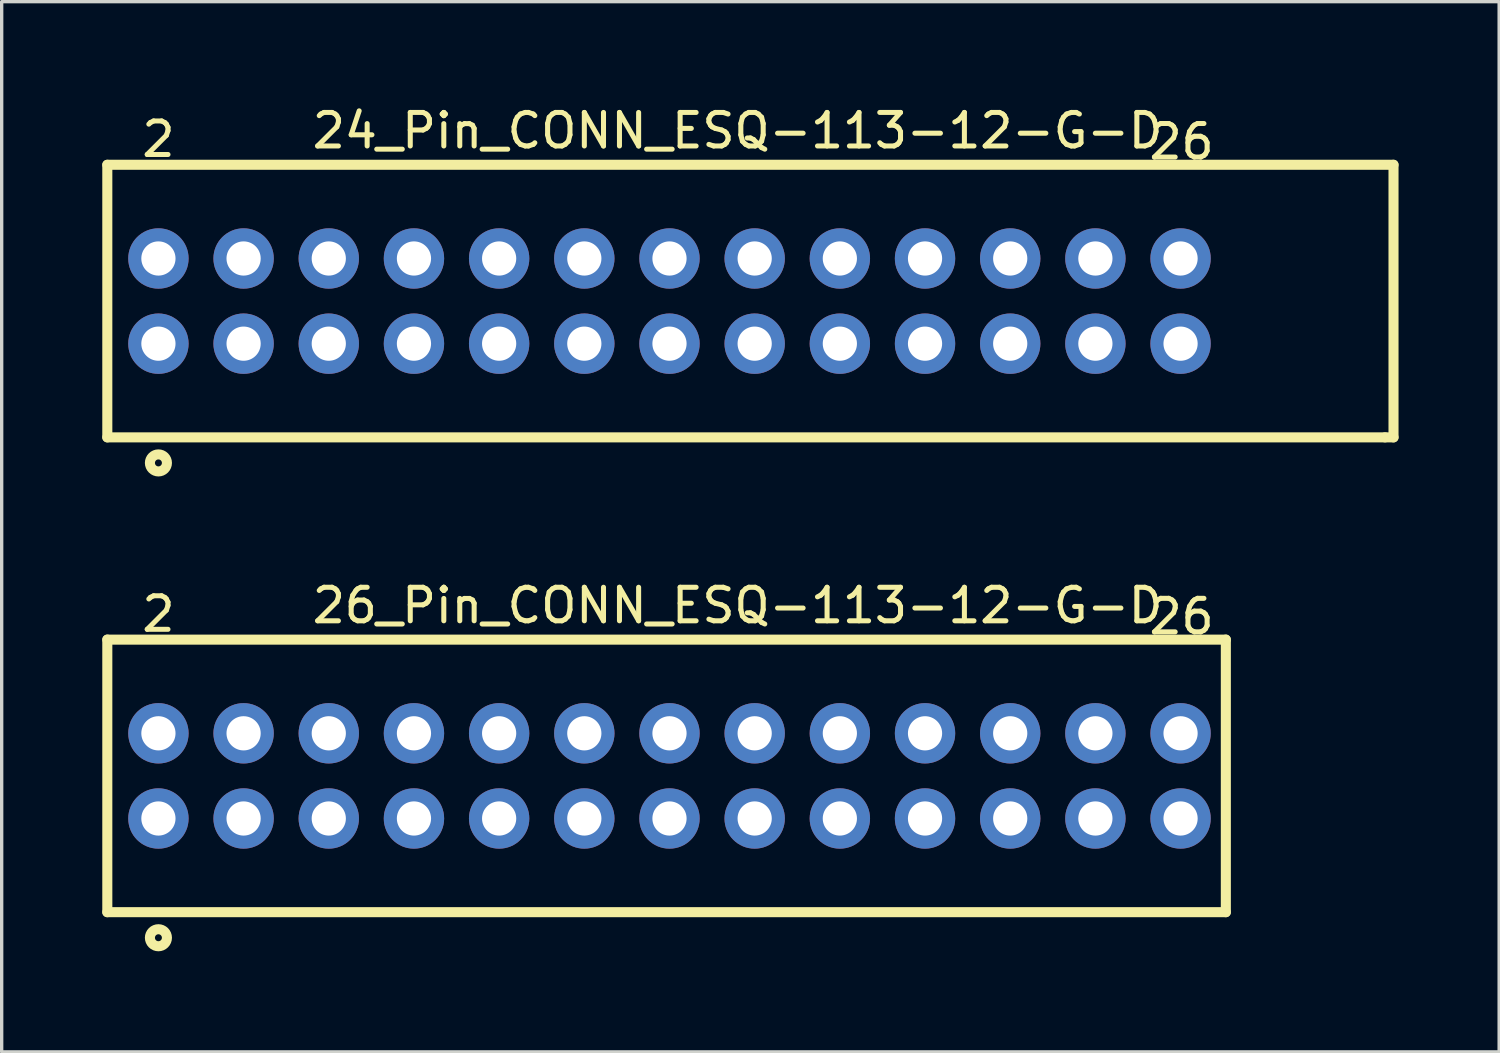
<source format=kicad_pcb>
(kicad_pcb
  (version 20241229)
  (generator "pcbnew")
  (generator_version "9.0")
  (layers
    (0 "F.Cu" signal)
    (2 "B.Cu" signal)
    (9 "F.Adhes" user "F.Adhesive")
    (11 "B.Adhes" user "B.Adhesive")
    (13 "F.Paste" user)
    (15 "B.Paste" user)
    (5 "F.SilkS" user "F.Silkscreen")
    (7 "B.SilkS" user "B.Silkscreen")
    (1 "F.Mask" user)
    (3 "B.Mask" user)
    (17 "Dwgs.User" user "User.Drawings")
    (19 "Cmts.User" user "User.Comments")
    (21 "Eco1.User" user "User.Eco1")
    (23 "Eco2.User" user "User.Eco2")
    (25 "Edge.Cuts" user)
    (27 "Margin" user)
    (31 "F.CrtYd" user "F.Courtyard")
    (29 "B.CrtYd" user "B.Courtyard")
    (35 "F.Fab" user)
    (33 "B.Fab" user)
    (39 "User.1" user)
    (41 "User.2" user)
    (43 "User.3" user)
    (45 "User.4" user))
  (footprint "24_Pin_CONN_ESQ-113-12-G-D"
    (layer "F.Cu")
    (at 18.184 5.928)
    (property "Reference" "24_Pin_CONN_ESQ-113-12-G-D" (at 0.762 -5.08 0) (layer "F.SilkS") (effects (font (size 1 1) (thickness 0.15))))
    (attr through_hole)
    (fp_line (start -18.034 -4.064) (end -18.034 4.064) (stroke (width 0.3) (type solid)) (layer "F.SilkS"))
    (fp_line (start -18.034 4.064) (end 20.066 4.064) (stroke (width 0.3) (type solid)) (layer "F.SilkS"))
    (fp_line (start 20.066 4.064) (end 20.32 4.064) (stroke (width 0.3) (type solid)) (layer "F.SilkS"))
    (fp_line (start 20.32 -4.064) (end -18.034 -4.064) (stroke (width 0.3) (type solid)) (layer "F.SilkS"))
    (fp_line (start 20.32 4.064) (end 20.32 -4.064) (stroke (width 0.3) (type solid)) (layer "F.SilkS"))
    (fp_circle (center -16.51 4.826) (end -16.51 5.08) (stroke (width 0.3) (type solid)) (fill no) (layer "F.SilkS"))
    (fp_text user "2" (at -16.51 -4.826 0) (layer "F.SilkS") (effects (font (size 1 1) (thickness 0.15))))
    (fp_text user "26" (at 14 -4.75 0) (layer "F.SilkS") (effects (font (size 1 1) (thickness 0.15))))
    (pad "1" thru_hole circle (at -16.51 1.27) (size 1.8 1.8) (drill 1.02) (layers "*.Cu" "*.Mask"))
    (pad "2" thru_hole circle (at -16.51 -1.27) (size 1.8 1.8) (drill 1.02) (layers "*.Cu" "*.Mask"))
    (pad "3" thru_hole circle (at -13.97 1.27) (size 1.8 1.8) (drill 1.02) (layers "*.Cu" "*.Mask"))
    (pad "4" thru_hole circle (at -13.97 -1.27) (size 1.8 1.8) (drill 1.02) (layers "*.Cu" "*.Mask"))
    (pad "5" thru_hole circle (at -11.43 1.27) (size 1.8 1.8) (drill 1.02) (layers "*.Cu" "*.Mask"))
    (pad "6" thru_hole circle (at -11.43 -1.27) (size 1.8 1.8) (drill 1.02) (layers "*.Cu" "*.Mask"))
    (pad "7" thru_hole circle (at -8.89 1.27) (size 1.8 1.8) (drill 1.02) (layers "*.Cu" "*.Mask"))
    (pad "8" thru_hole circle (at -8.89 -1.27) (size 1.8 1.8) (drill 1.02) (layers "*.Cu" "*.Mask"))
    (pad "9" thru_hole circle (at -6.35 1.27) (size 1.8 1.8) (drill 1.02) (layers "*.Cu" "*.Mask"))
    (pad "10" thru_hole circle (at -6.35 -1.27) (size 1.8 1.8) (drill 1.02) (layers "*.Cu" "*.Mask"))
    (pad "11" thru_hole circle (at -3.81 1.27) (size 1.8 1.8) (drill 1.02) (layers "*.Cu" "*.Mask"))
    (pad "12" thru_hole circle (at -3.81 -1.27) (size 1.8 1.8) (drill 1.02) (layers "*.Cu" "*.Mask"))
    (pad "13" thru_hole circle (at -1.27 1.27) (size 1.8 1.8) (drill 1.02) (layers "*.Cu" "*.Mask"))
    (pad "14" thru_hole circle (at -1.27 -1.27) (size 1.8 1.8) (drill 1.02) (layers "*.Cu" "*.Mask"))
    (pad "15" thru_hole circle (at 1.27 1.27) (size 1.8 1.8) (drill 1.02) (layers "*.Cu" "*.Mask"))
    (pad "16" thru_hole circle (at 1.27 -1.27) (size 1.8 1.8) (drill 1.02) (layers "*.Cu" "*.Mask"))
    (pad "17" thru_hole circle (at 3.81 1.27) (size 1.8 1.8) (drill 1.02) (layers "*.Cu" "*.Mask"))
    (pad "18" thru_hole circle (at 3.81 -1.27) (size 1.8 1.8) (drill 1.02) (layers "*.Cu" "*.Mask"))
    (pad "19" thru_hole circle (at 6.35 1.27) (size 1.8 1.8) (drill 1.02) (layers "*.Cu" "*.Mask"))
    (pad "20" thru_hole circle (at 6.35 -1.27) (size 1.8 1.8) (drill 1.02) (layers "*.Cu" "*.Mask"))
    (pad "21" thru_hole circle (at 8.89 1.27) (size 1.8 1.8) (drill 1.02) (layers "*.Cu" "*.Mask"))
    (pad "22" thru_hole circle (at 8.89 -1.27) (size 1.8 1.8) (drill 1.02) (layers "*.Cu" "*.Mask"))
    (pad "23" thru_hole circle (at 11.43 1.27) (size 1.8 1.8) (drill 1.02) (layers "*.Cu" "*.Mask"))
    (pad "24" thru_hole circle (at 11.43 -1.27) (size 1.8 1.8) (drill 1.02) (layers "*.Cu" "*.Mask"))
    (pad "25" thru_hole circle (at 13.97 1.27) (size 1.8 1.8) (drill 1.02) (layers "*.Cu" "*.Mask"))
    (pad "26" thru_hole circle (at 13.97 -1.27) (size 1.8 1.8) (drill 1.02) (layers "*.Cu" "*.Mask")))
  (footprint "26_Pin_CONN_ESQ-113-12-G-D"
    (layer "F.Cu")
    (at 18.184 20.087)
    (property "Reference" "26_Pin_CONN_ESQ-113-12-G-D" (at 0.762 -5.08 0) (layer "F.SilkS") (effects (font (size 1 1) (thickness 0.15))))
    (attr through_hole)
    (fp_line (start -18.034 -4.064) (end -18.034 4.064) (stroke (width 0.3) (type solid)) (layer "F.SilkS"))
    (fp_line (start -18.034 4.064) (end 15.32 4.064) (stroke (width 0.3) (type solid)) (layer "F.SilkS"))
    (fp_line (start 15.32 -4.064) (end -18.034 -4.064) (stroke (width 0.3) (type solid)) (layer "F.SilkS"))
    (fp_line (start 15.32 4.064) (end 15.32 -4.064) (stroke (width 0.3) (type solid)) (layer "F.SilkS"))
    (fp_circle (center -16.51 4.826) (end -16.51 5.08) (stroke (width 0.3) (type solid)) (fill no) (layer "F.SilkS"))
    (fp_text user "26" (at 14 -4.75 0) (layer "F.SilkS") (effects (font (size 1 1) (thickness 0.15))))
    (fp_text user "2" (at -16.51 -4.826 0) (layer "F.SilkS") (effects (font (size 1 1) (thickness 0.15))))
    (pad "1" thru_hole circle (at -16.51 1.27) (size 1.8 1.8) (drill 1.02) (layers "*.Cu" "*.Mask"))
    (pad "2" thru_hole circle (at -16.51 -1.27) (size 1.8 1.8) (drill 1.02) (layers "*.Cu" "*.Mask"))
    (pad "3" thru_hole circle (at -13.97 1.27) (size 1.8 1.8) (drill 1.02) (layers "*.Cu" "*.Mask"))
    (pad "4" thru_hole circle (at -13.97 -1.27) (size 1.8 1.8) (drill 1.02) (layers "*.Cu" "*.Mask"))
    (pad "5" thru_hole circle (at -11.43 1.27) (size 1.8 1.8) (drill 1.02) (layers "*.Cu" "*.Mask"))
    (pad "6" thru_hole circle (at -11.43 -1.27) (size 1.8 1.8) (drill 1.02) (layers "*.Cu" "*.Mask"))
    (pad "7" thru_hole circle (at -8.89 1.27) (size 1.8 1.8) (drill 1.02) (layers "*.Cu" "*.Mask"))
    (pad "8" thru_hole circle (at -8.89 -1.27) (size 1.8 1.8) (drill 1.02) (layers "*.Cu" "*.Mask"))
    (pad "9" thru_hole circle (at -6.35 1.27) (size 1.8 1.8) (drill 1.02) (layers "*.Cu" "*.Mask"))
    (pad "10" thru_hole circle (at -6.35 -1.27) (size 1.8 1.8) (drill 1.02) (layers "*.Cu" "*.Mask"))
    (pad "11" thru_hole circle (at -3.81 1.27) (size 1.8 1.8) (drill 1.02) (layers "*.Cu" "*.Mask"))
    (pad "12" thru_hole circle (at -3.81 -1.27) (size 1.8 1.8) (drill 1.02) (layers "*.Cu" "*.Mask"))
    (pad "13" thru_hole circle (at -1.27 1.27) (size 1.8 1.8) (drill 1.02) (layers "*.Cu" "*.Mask"))
    (pad "14" thru_hole circle (at -1.27 -1.27) (size 1.8 1.8) (drill 1.02) (layers "*.Cu" "*.Mask"))
    (pad "15" thru_hole circle (at 1.27 1.27) (size 1.8 1.8) (drill 1.02) (layers "*.Cu" "*.Mask"))
    (pad "16" thru_hole circle (at 1.27 -1.27) (size 1.8 1.8) (drill 1.02) (layers "*.Cu" "*.Mask"))
    (pad "17" thru_hole circle (at 3.81 1.27) (size 1.8 1.8) (drill 1.02) (layers "*.Cu" "*.Mask"))
    (pad "18" thru_hole circle (at 3.81 -1.27) (size 1.8 1.8) (drill 1.02) (layers "*.Cu" "*.Mask"))
    (pad "19" thru_hole circle (at 6.35 1.27) (size 1.8 1.8) (drill 1.02) (layers "*.Cu" "*.Mask"))
    (pad "20" thru_hole circle (at 6.35 -1.27) (size 1.8 1.8) (drill 1.02) (layers "*.Cu" "*.Mask"))
    (pad "21" thru_hole circle (at 8.89 1.27) (size 1.8 1.8) (drill 1.02) (layers "*.Cu" "*.Mask"))
    (pad "22" thru_hole circle (at 8.89 -1.27) (size 1.8 1.8) (drill 1.02) (layers "*.Cu" "*.Mask"))
    (pad "23" thru_hole circle (at 11.43 1.27) (size 1.8 1.8) (drill 1.02) (layers "*.Cu" "*.Mask"))
    (pad "24" thru_hole circle (at 11.43 -1.27) (size 1.8 1.8) (drill 1.02) (layers "*.Cu" "*.Mask"))
    (pad "25" thru_hole circle (at 13.97 1.27) (size 1.8 1.8) (drill 1.02) (layers "*.Cu" "*.Mask"))
    (pad "26" thru_hole circle (at 13.97 -1.27) (size 1.8 1.8) (drill 1.02) (layers "*.Cu" "*.Mask")))
  (gr_rect
    (start -3 -3)
    (end 41.654 28.317)
    (stroke (width 0.1) (type default))
    (fill no)
    (layer "Edge.Cuts")))
</source>
